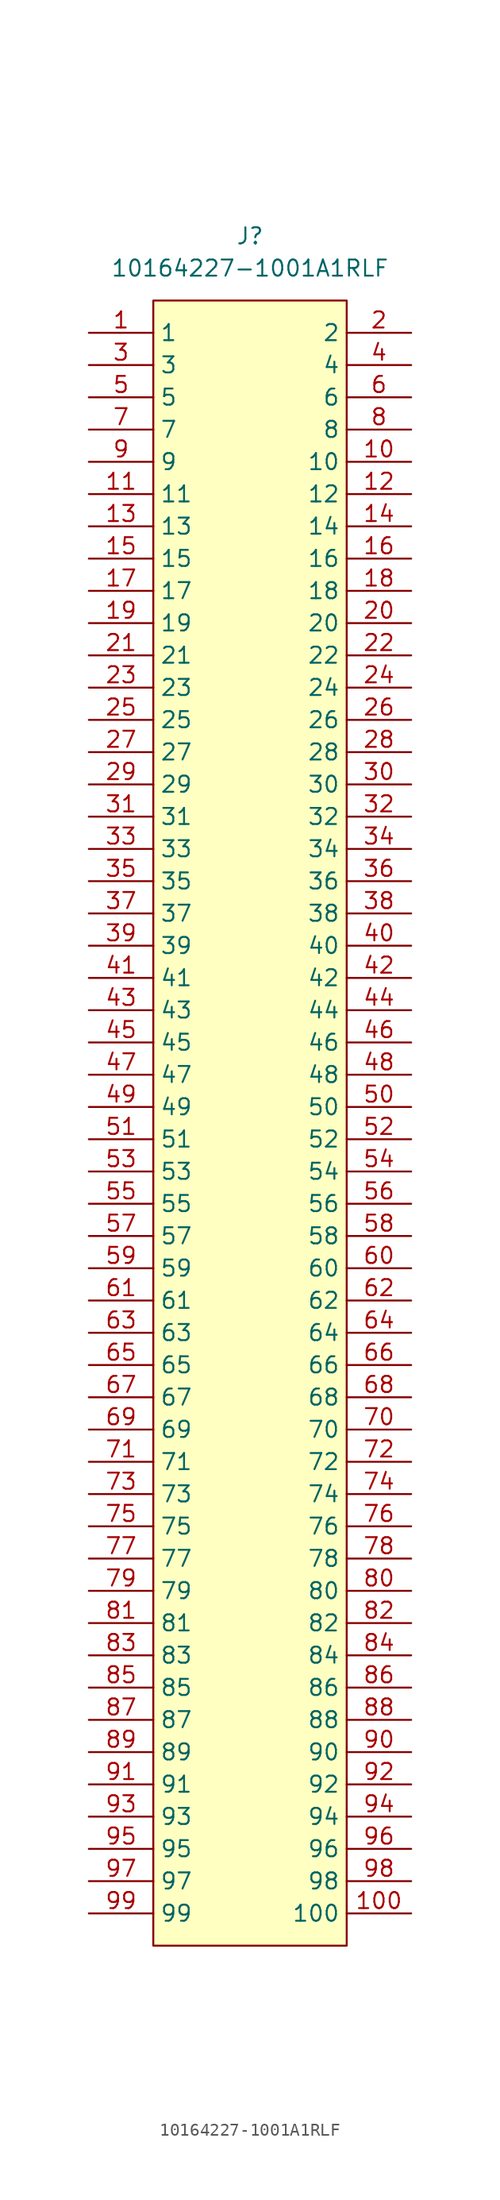
<source format=kicad_sym>
(kicad_symbol_lib
  (version 20241209)
  (generator "kicad_symbol_editor")
  (generator_version "9.0")
  (symbol "10164227-1001A1RLF"
    (property "Reference" "J"
      (at 0 5.08 0)
      (effects (font (size 1.27 1.27))))
    (property "Value" "10164227-1001A1RLF"
      (at 0 2.54 0)
      (effects (font (size 1.27 1.27))))
    (symbol "10164227-1001A1RLF_1_1"
      (rectangle (start -7.62 0) (end 7.62 -129.54) (stroke (width 0) (type solid)) (fill (type background)))
      (pin passive line (at -12.7 -2.54 0) (length 5.08) (name "1" (effects (font (size 1.27 1.27)))) (number "1" (effects (font (size 1.27 1.27)))))
      (pin passive line (at -12.7 -5.08 0) (length 5.08) (name "3" (effects (font (size 1.27 1.27)))) (number "3" (effects (font (size 1.27 1.27)))))
      (pin passive line (at -12.7 -7.62 0) (length 5.08) (name "5" (effects (font (size 1.27 1.27)))) (number "5" (effects (font (size 1.27 1.27)))))
      (pin passive line (at -12.7 -10.16 0) (length 5.08) (name "7" (effects (font (size 1.27 1.27)))) (number "7" (effects (font (size 1.27 1.27)))))
      (pin passive line (at -12.7 -12.7 0) (length 5.08) (name "9" (effects (font (size 1.27 1.27)))) (number "9" (effects (font (size 1.27 1.27)))))
      (pin passive line (at -12.7 -15.24 0) (length 5.08) (name "11" (effects (font (size 1.27 1.27)))) (number "11" (effects (font (size 1.27 1.27)))))
      (pin passive line (at -12.7 -17.78 0) (length 5.08) (name "13" (effects (font (size 1.27 1.27)))) (number "13" (effects (font (size 1.27 1.27)))))
      (pin passive line (at -12.7 -20.32 0) (length 5.08) (name "15" (effects (font (size 1.27 1.27)))) (number "15" (effects (font (size 1.27 1.27)))))
      (pin passive line (at -12.7 -22.86 0) (length 5.08) (name "17" (effects (font (size 1.27 1.27)))) (number "17" (effects (font (size 1.27 1.27)))))
      (pin passive line (at -12.7 -25.4 0) (length 5.08) (name "19" (effects (font (size 1.27 1.27)))) (number "19" (effects (font (size 1.27 1.27)))))
      (pin passive line (at -12.7 -27.94 0) (length 5.08) (name "21" (effects (font (size 1.27 1.27)))) (number "21" (effects (font (size 1.27 1.27)))))
      (pin passive line (at -12.7 -30.48 0) (length 5.08) (name "23" (effects (font (size 1.27 1.27)))) (number "23" (effects (font (size 1.27 1.27)))))
      (pin passive line (at -12.7 -33.02 0) (length 5.08) (name "25" (effects (font (size 1.27 1.27)))) (number "25" (effects (font (size 1.27 1.27)))))
      (pin passive line (at -12.7 -35.56 0) (length 5.08) (name "27" (effects (font (size 1.27 1.27)))) (number "27" (effects (font (size 1.27 1.27)))))
      (pin passive line (at -12.7 -38.1 0) (length 5.08) (name "29" (effects (font (size 1.27 1.27)))) (number "29" (effects (font (size 1.27 1.27)))))
      (pin passive line (at -12.7 -40.64 0) (length 5.08) (name "31" (effects (font (size 1.27 1.27)))) (number "31" (effects (font (size 1.27 1.27)))))
      (pin passive line (at -12.7 -43.18 0) (length 5.08) (name "33" (effects (font (size 1.27 1.27)))) (number "33" (effects (font (size 1.27 1.27)))))
      (pin passive line (at -12.7 -45.72 0) (length 5.08) (name "35" (effects (font (size 1.27 1.27)))) (number "35" (effects (font (size 1.27 1.27)))))
      (pin passive line (at -12.7 -48.26 0) (length 5.08) (name "37" (effects (font (size 1.27 1.27)))) (number "37" (effects (font (size 1.27 1.27)))))
      (pin passive line (at -12.7 -50.8 0) (length 5.08) (name "39" (effects (font (size 1.27 1.27)))) (number "39" (effects (font (size 1.27 1.27)))))
      (pin passive line (at -12.7 -53.34 0) (length 5.08) (name "41" (effects (font (size 1.27 1.27)))) (number "41" (effects (font (size 1.27 1.27)))))
      (pin passive line (at -12.7 -55.88 0) (length 5.08) (name "43" (effects (font (size 1.27 1.27)))) (number "43" (effects (font (size 1.27 1.27)))))
      (pin passive line (at -12.7 -58.42 0) (length 5.08) (name "45" (effects (font (size 1.27 1.27)))) (number "45" (effects (font (size 1.27 1.27)))))
      (pin passive line (at -12.7 -60.96 0) (length 5.08) (name "47" (effects (font (size 1.27 1.27)))) (number "47" (effects (font (size 1.27 1.27)))))
      (pin passive line (at -12.7 -63.5 0) (length 5.08) (name "49" (effects (font (size 1.27 1.27)))) (number "49" (effects (font (size 1.27 1.27)))))
      (pin passive line (at -12.7 -66.04 0) (length 5.08) (name "51" (effects (font (size 1.27 1.27)))) (number "51" (effects (font (size 1.27 1.27)))))
      (pin passive line (at -12.7 -68.58 0) (length 5.08) (name "53" (effects (font (size 1.27 1.27)))) (number "53" (effects (font (size 1.27 1.27)))))
      (pin passive line (at -12.7 -71.12 0) (length 5.08) (name "55" (effects (font (size 1.27 1.27)))) (number "55" (effects (font (size 1.27 1.27)))))
      (pin passive line (at -12.7 -73.66 0) (length 5.08) (name "57" (effects (font (size 1.27 1.27)))) (number "57" (effects (font (size 1.27 1.27)))))
      (pin passive line (at -12.7 -76.2 0) (length 5.08) (name "59" (effects (font (size 1.27 1.27)))) (number "59" (effects (font (size 1.27 1.27)))))
      (pin passive line (at -12.7 -78.74 0) (length 5.08) (name "61" (effects (font (size 1.27 1.27)))) (number "61" (effects (font (size 1.27 1.27)))))
      (pin passive line (at -12.7 -81.28 0) (length 5.08) (name "63" (effects (font (size 1.27 1.27)))) (number "63" (effects (font (size 1.27 1.27)))))
      (pin passive line (at -12.7 -83.82 0) (length 5.08) (name "65" (effects (font (size 1.27 1.27)))) (number "65" (effects (font (size 1.27 1.27)))))
      (pin passive line (at -12.7 -86.36 0) (length 5.08) (name "67" (effects (font (size 1.27 1.27)))) (number "67" (effects (font (size 1.27 1.27)))))
      (pin passive line (at -12.7 -88.9 0) (length 5.08) (name "69" (effects (font (size 1.27 1.27)))) (number "69" (effects (font (size 1.27 1.27)))))
      (pin passive line (at -12.7 -91.44 0) (length 5.08) (name "71" (effects (font (size 1.27 1.27)))) (number "71" (effects (font (size 1.27 1.27)))))
      (pin passive line (at -12.7 -93.98 0) (length 5.08) (name "73" (effects (font (size 1.27 1.27)))) (number "73" (effects (font (size 1.27 1.27)))))
      (pin passive line (at -12.7 -96.52 0) (length 5.08) (name "75" (effects (font (size 1.27 1.27)))) (number "75" (effects (font (size 1.27 1.27)))))
      (pin passive line (at -12.7 -99.06 0) (length 5.08) (name "77" (effects (font (size 1.27 1.27)))) (number "77" (effects (font (size 1.27 1.27)))))
      (pin passive line (at -12.7 -101.6 0) (length 5.08) (name "79" (effects (font (size 1.27 1.27)))) (number "79" (effects (font (size 1.27 1.27)))))
      (pin passive line (at -12.7 -104.14 0) (length 5.08) (name "81" (effects (font (size 1.27 1.27)))) (number "81" (effects (font (size 1.27 1.27)))))
      (pin passive line (at -12.7 -106.68 0) (length 5.08) (name "83" (effects (font (size 1.27 1.27)))) (number "83" (effects (font (size 1.27 1.27)))))
      (pin passive line (at -12.7 -109.22 0) (length 5.08) (name "85" (effects (font (size 1.27 1.27)))) (number "85" (effects (font (size 1.27 1.27)))))
      (pin passive line (at -12.7 -111.76 0) (length 5.08) (name "87" (effects (font (size 1.27 1.27)))) (number "87" (effects (font (size 1.27 1.27)))))
      (pin passive line (at -12.7 -114.3 0) (length 5.08) (name "89" (effects (font (size 1.27 1.27)))) (number "89" (effects (font (size 1.27 1.27)))))
      (pin passive line (at -12.7 -116.84 0) (length 5.08) (name "91" (effects (font (size 1.27 1.27)))) (number "91" (effects (font (size 1.27 1.27)))))
      (pin passive line (at -12.7 -119.38 0) (length 5.08) (name "93" (effects (font (size 1.27 1.27)))) (number "93" (effects (font (size 1.27 1.27)))))
      (pin passive line (at -12.7 -121.92 0) (length 5.08) (name "95" (effects (font (size 1.27 1.27)))) (number "95" (effects (font (size 1.27 1.27)))))
      (pin passive line (at -12.7 -124.46 0) (length 5.08) (name "97" (effects (font (size 1.27 1.27)))) (number "97" (effects (font (size 1.27 1.27)))))
      (pin passive line (at -12.7 -127 0) (length 5.08) (name "99" (effects (font (size 1.27 1.27)))) (number "99" (effects (font (size 1.27 1.27)))))
      (pin passive line (at 12.7 -2.54 180) (length 5.08) (name "2" (effects (font (size 1.27 1.27)))) (number "2" (effects (font (size 1.27 1.27)))))
      (pin passive line (at 12.7 -5.08 180) (length 5.08) (name "4" (effects (font (size 1.27 1.27)))) (number "4" (effects (font (size 1.27 1.27)))))
      (pin passive line (at 12.7 -7.62 180) (length 5.08) (name "6" (effects (font (size 1.27 1.27)))) (number "6" (effects (font (size 1.27 1.27)))))
      (pin passive line (at 12.7 -10.16 180) (length 5.08) (name "8" (effects (font (size 1.27 1.27)))) (number "8" (effects (font (size 1.27 1.27)))))
      (pin passive line (at 12.7 -12.7 180) (length 5.08) (name "10" (effects (font (size 1.27 1.27)))) (number "10" (effects (font (size 1.27 1.27)))))
      (pin passive line (at 12.7 -15.24 180) (length 5.08) (name "12" (effects (font (size 1.27 1.27)))) (number "12" (effects (font (size 1.27 1.27)))))
      (pin passive line (at 12.7 -17.78 180) (length 5.08) (name "14" (effects (font (size 1.27 1.27)))) (number "14" (effects (font (size 1.27 1.27)))))
      (pin passive line (at 12.7 -20.32 180) (length 5.08) (name "16" (effects (font (size 1.27 1.27)))) (number "16" (effects (font (size 1.27 1.27)))))
      (pin passive line (at 12.7 -22.86 180) (length 5.08) (name "18" (effects (font (size 1.27 1.27)))) (number "18" (effects (font (size 1.27 1.27)))))
      (pin passive line (at 12.7 -25.4 180) (length 5.08) (name "20" (effects (font (size 1.27 1.27)))) (number "20" (effects (font (size 1.27 1.27)))))
      (pin passive line (at 12.7 -27.94 180) (length 5.08) (name "22" (effects (font (size 1.27 1.27)))) (number "22" (effects (font (size 1.27 1.27)))))
      (pin passive line (at 12.7 -30.48 180) (length 5.08) (name "24" (effects (font (size 1.27 1.27)))) (number "24" (effects (font (size 1.27 1.27)))))
      (pin passive line (at 12.7 -33.02 180) (length 5.08) (name "26" (effects (font (size 1.27 1.27)))) (number "26" (effects (font (size 1.27 1.27)))))
      (pin passive line (at 12.7 -35.56 180) (length 5.08) (name "28" (effects (font (size 1.27 1.27)))) (number "28" (effects (font (size 1.27 1.27)))))
      (pin passive line (at 12.7 -38.1 180) (length 5.08) (name "30" (effects (font (size 1.27 1.27)))) (number "30" (effects (font (size 1.27 1.27)))))
      (pin passive line (at 12.7 -40.64 180) (length 5.08) (name "32" (effects (font (size 1.27 1.27)))) (number "32" (effects (font (size 1.27 1.27)))))
      (pin passive line (at 12.7 -43.18 180) (length 5.08) (name "34" (effects (font (size 1.27 1.27)))) (number "34" (effects (font (size 1.27 1.27)))))
      (pin passive line (at 12.7 -45.72 180) (length 5.08) (name "36" (effects (font (size 1.27 1.27)))) (number "36" (effects (font (size 1.27 1.27)))))
      (pin passive line (at 12.7 -48.26 180) (length 5.08) (name "38" (effects (font (size 1.27 1.27)))) (number "38" (effects (font (size 1.27 1.27)))))
      (pin passive line (at 12.7 -50.8 180) (length 5.08) (name "40" (effects (font (size 1.27 1.27)))) (number "40" (effects (font (size 1.27 1.27)))))
      (pin passive line (at 12.7 -53.34 180) (length 5.08) (name "42" (effects (font (size 1.27 1.27)))) (number "42" (effects (font (size 1.27 1.27)))))
      (pin passive line (at 12.7 -55.88 180) (length 5.08) (name "44" (effects (font (size 1.27 1.27)))) (number "44" (effects (font (size 1.27 1.27)))))
      (pin passive line (at 12.7 -58.42 180) (length 5.08) (name "46" (effects (font (size 1.27 1.27)))) (number "46" (effects (font (size 1.27 1.27)))))
      (pin passive line (at 12.7 -60.96 180) (length 5.08) (name "48" (effects (font (size 1.27 1.27)))) (number "48" (effects (font (size 1.27 1.27)))))
      (pin passive line (at 12.7 -63.5 180) (length 5.08) (name "50" (effects (font (size 1.27 1.27)))) (number "50" (effects (font (size 1.27 1.27)))))
      (pin passive line (at 12.7 -66.04 180) (length 5.08) (name "52" (effects (font (size 1.27 1.27)))) (number "52" (effects (font (size 1.27 1.27)))))
      (pin passive line (at 12.7 -68.58 180) (length 5.08) (name "54" (effects (font (size 1.27 1.27)))) (number "54" (effects (font (size 1.27 1.27)))))
      (pin passive line (at 12.7 -71.12 180) (length 5.08) (name "56" (effects (font (size 1.27 1.27)))) (number "56" (effects (font (size 1.27 1.27)))))
      (pin passive line (at 12.7 -73.66 180) (length 5.08) (name "58" (effects (font (size 1.27 1.27)))) (number "58" (effects (font (size 1.27 1.27)))))
      (pin passive line (at 12.7 -76.2 180) (length 5.08) (name "60" (effects (font (size 1.27 1.27)))) (number "60" (effects (font (size 1.27 1.27)))))
      (pin passive line (at 12.7 -78.74 180) (length 5.08) (name "62" (effects (font (size 1.27 1.27)))) (number "62" (effects (font (size 1.27 1.27)))))
      (pin passive line (at 12.7 -81.28 180) (length 5.08) (name "64" (effects (font (size 1.27 1.27)))) (number "64" (effects (font (size 1.27 1.27)))))
      (pin passive line (at 12.7 -83.82 180) (length 5.08) (name "66" (effects (font (size 1.27 1.27)))) (number "66" (effects (font (size 1.27 1.27)))))
      (pin passive line (at 12.7 -86.36 180) (length 5.08) (name "68" (effects (font (size 1.27 1.27)))) (number "68" (effects (font (size 1.27 1.27)))))
      (pin passive line (at 12.7 -88.9 180) (length 5.08) (name "70" (effects (font (size 1.27 1.27)))) (number "70" (effects (font (size 1.27 1.27)))))
      (pin passive line (at 12.7 -91.44 180) (length 5.08) (name "72" (effects (font (size 1.27 1.27)))) (number "72" (effects (font (size 1.27 1.27)))))
      (pin passive line (at 12.7 -93.98 180) (length 5.08) (name "74" (effects (font (size 1.27 1.27)))) (number "74" (effects (font (size 1.27 1.27)))))
      (pin passive line (at 12.7 -96.52 180) (length 5.08) (name "76" (effects (font (size 1.27 1.27)))) (number "76" (effects (font (size 1.27 1.27)))))
      (pin passive line (at 12.7 -99.06 180) (length 5.08) (name "78" (effects (font (size 1.27 1.27)))) (number "78" (effects (font (size 1.27 1.27)))))
      (pin passive line (at 12.7 -101.6 180) (length 5.08) (name "80" (effects (font (size 1.27 1.27)))) (number "80" (effects (font (size 1.27 1.27)))))
      (pin passive line (at 12.7 -104.14 180) (length 5.08) (name "82" (effects (font (size 1.27 1.27)))) (number "82" (effects (font (size 1.27 1.27)))))
      (pin passive line (at 12.7 -106.68 180) (length 5.08) (name "84" (effects (font (size 1.27 1.27)))) (number "84" (effects (font (size 1.27 1.27)))))
      (pin passive line (at 12.7 -109.22 180) (length 5.08) (name "86" (effects (font (size 1.27 1.27)))) (number "86" (effects (font (size 1.27 1.27)))))
      (pin passive line (at 12.7 -111.76 180) (length 5.08) (name "88" (effects (font (size 1.27 1.27)))) (number "88" (effects (font (size 1.27 1.27)))))
      (pin passive line (at 12.7 -114.3 180) (length 5.08) (name "90" (effects (font (size 1.27 1.27)))) (number "90" (effects (font (size 1.27 1.27)))))
      (pin passive line (at 12.7 -116.84 180) (length 5.08) (name "92" (effects (font (size 1.27 1.27)))) (number "92" (effects (font (size 1.27 1.27)))))
      (pin passive line (at 12.7 -119.38 180) (length 5.08) (name "94" (effects (font (size 1.27 1.27)))) (number "94" (effects (font (size 1.27 1.27)))))
      (pin passive line (at 12.7 -121.92 180) (length 5.08) (name "96" (effects (font (size 1.27 1.27)))) (number "96" (effects (font (size 1.27 1.27)))))
      (pin passive line (at 12.7 -124.46 180) (length 5.08) (name "98" (effects (font (size 1.27 1.27)))) (number "98" (effects (font (size 1.27 1.27)))))
      (pin passive line (at 12.7 -127 180) (length 5.08) (name "100" (effects (font (size 1.27 1.27)))) (number "100" (effects (font (size 1.27 1.27))))))))
</source>
